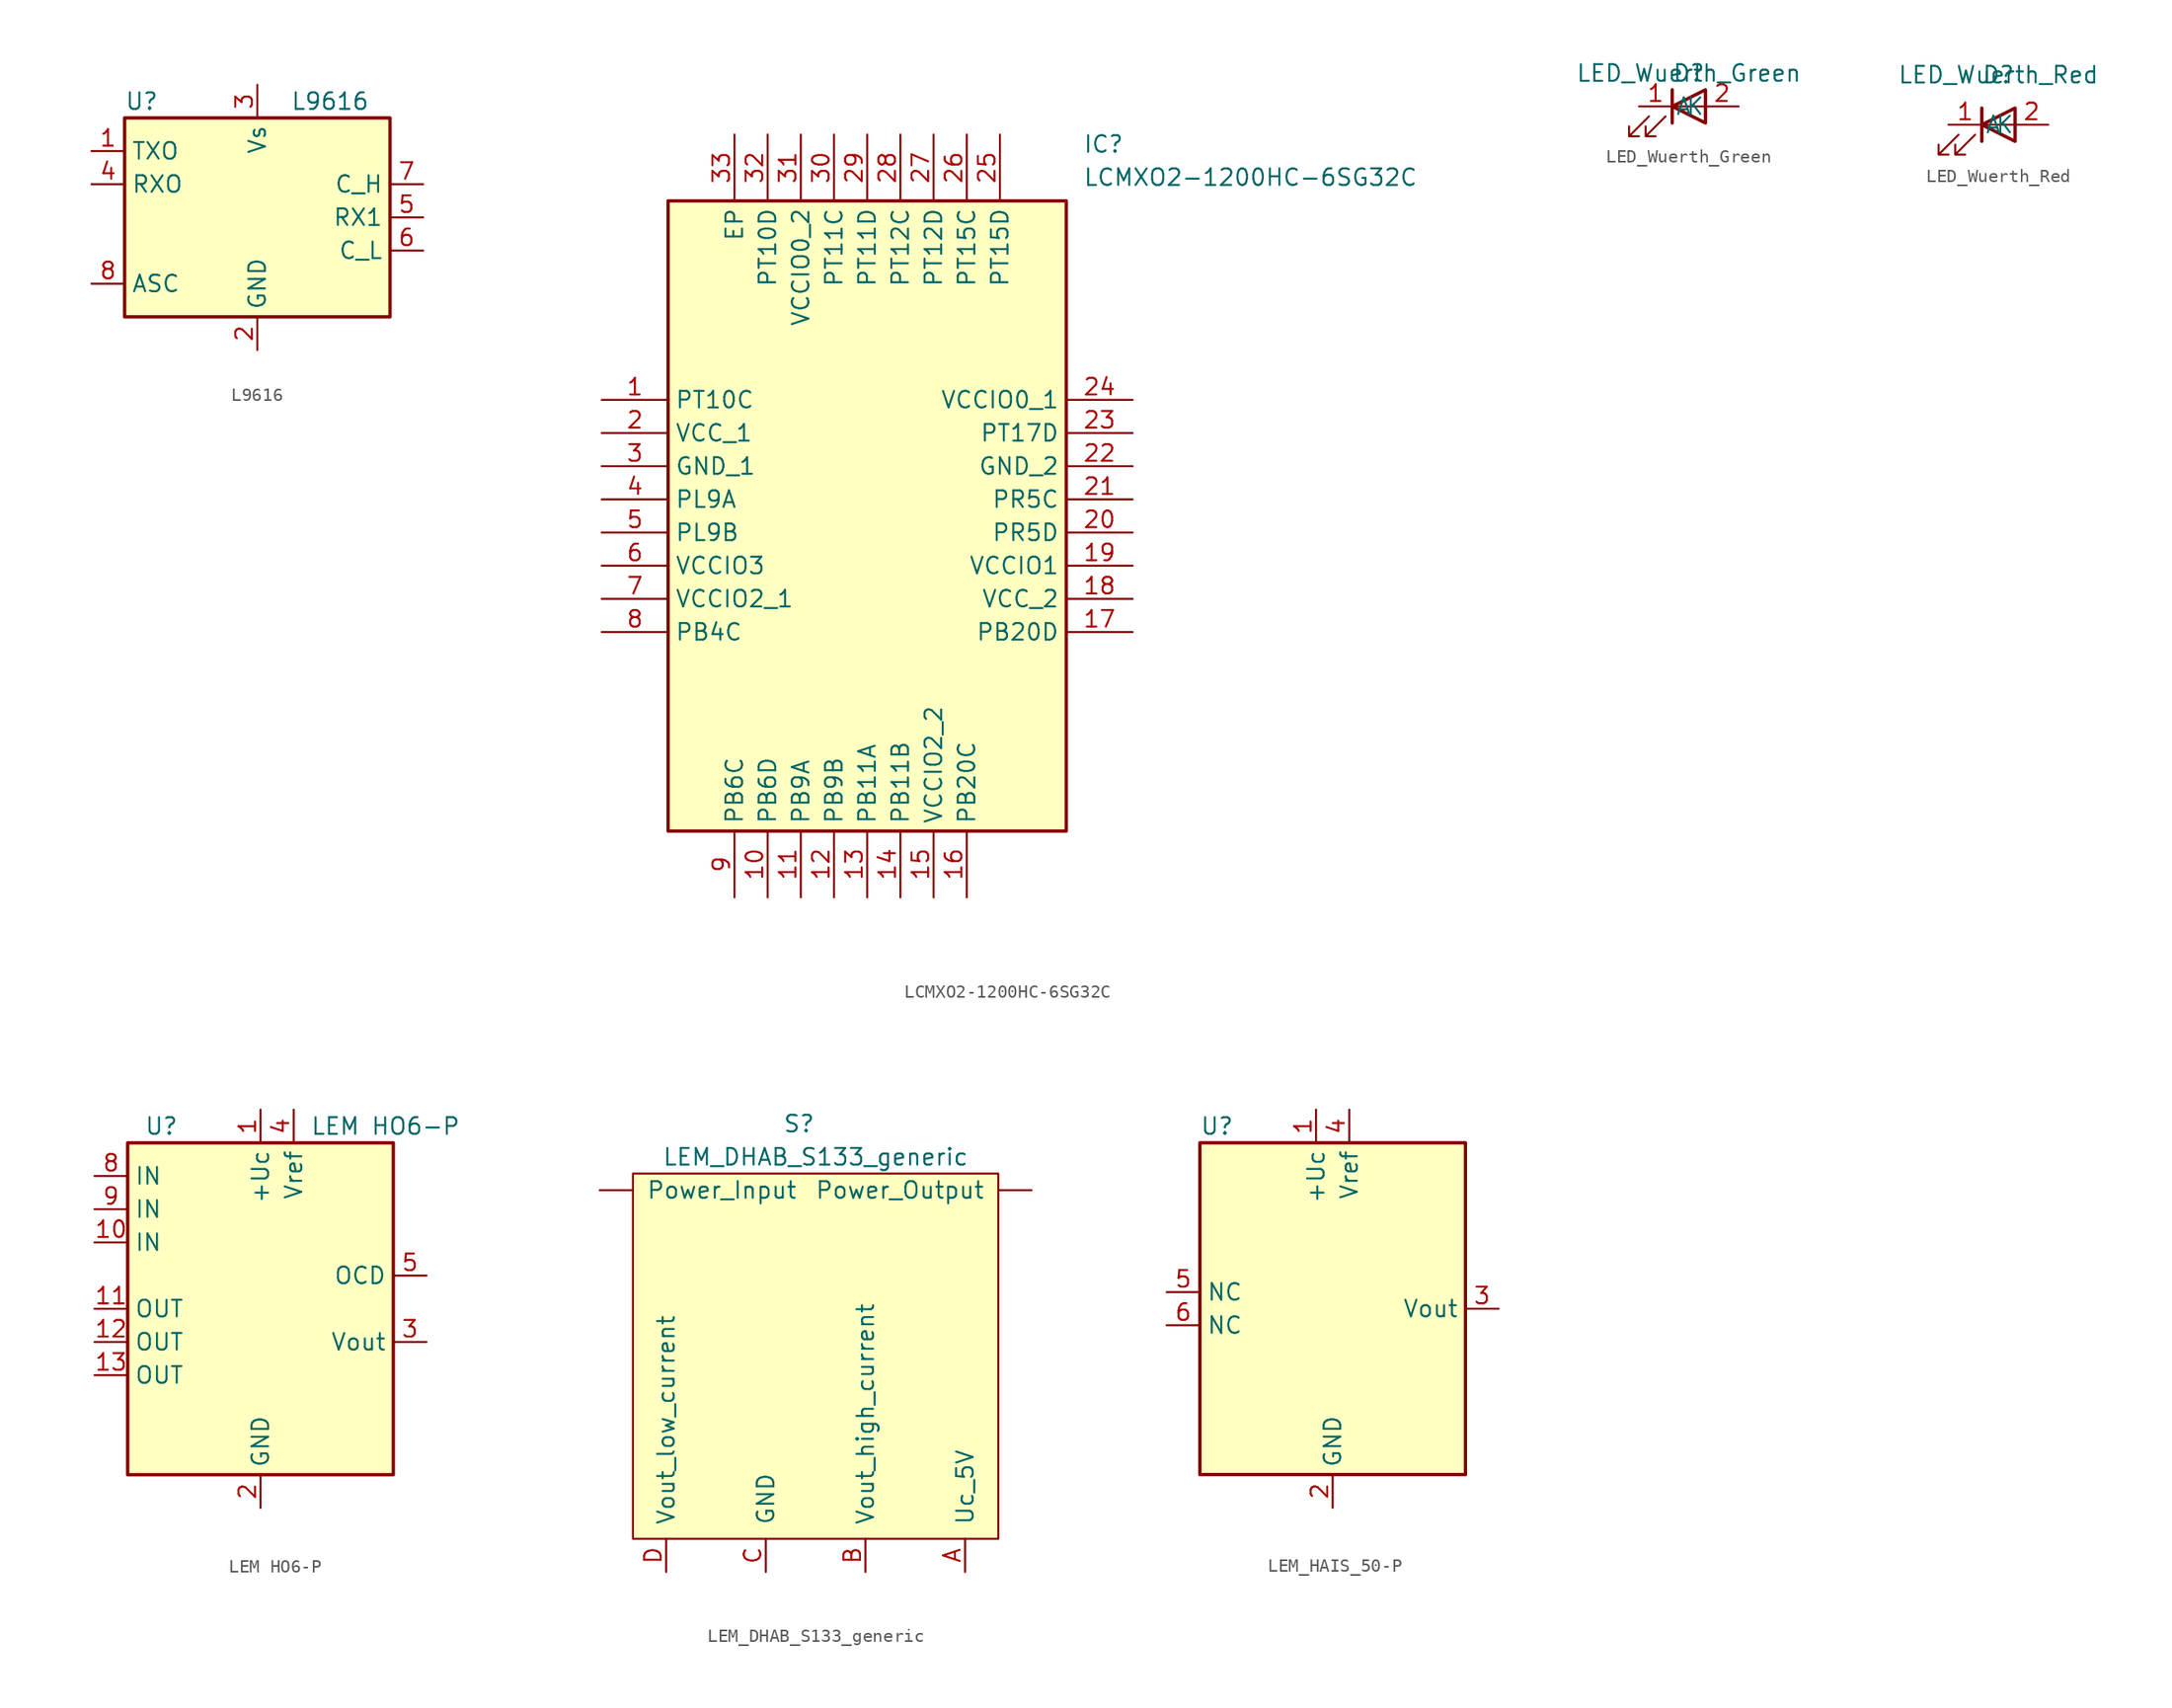
<source format=kicad_sym>
(kicad_symbol_lib
  (version 20231120)
  (generator "kicad_symbol_editor")
  (generator_version "8.0")
  (symbol "L9616"
    (property "Reference" "U"
      (at -10.16 8.89 0)
      (effects (font (size 1.27 1.27)) (justify left)))
    (property "Value" "L9616"
      (at 2.54 8.89 0)
      (effects (font (size 1.27 1.27)) (justify left)))
    (symbol "L9616_0_1"
      (rectangle (start -10.16 7.62) (end 10.16 -7.62) (stroke (width 0.254) (type default)) (fill (type background))))
    (symbol "L9616_1_1"
      (pin bidirectional line (at -12.7 5.08 0) (length 2.54) (name "TXO" (effects (font (size 1.27 1.27)))) (number "1" (effects (font (size 1.27 1.27)))))
      (pin bidirectional line (at 0 -10.16 90) (length 2.54) (name "GND" (effects (font (size 1.27 1.27)))) (number "2" (effects (font (size 1.27 1.27)))))
      (pin bidirectional line (at 0 10.16 270) (length 2.54) (name "Vs" (effects (font (size 1.27 1.27)))) (number "3" (effects (font (size 1.27 1.27)))))
      (pin bidirectional line (at -12.7 2.54 0) (length 2.54) (name "RXO" (effects (font (size 1.27 1.27)))) (number "4" (effects (font (size 1.27 1.27)))))
      (pin bidirectional line (at 12.7 0 180) (length 2.54) (name "RX1" (effects (font (size 1.27 1.27)))) (number "5" (effects (font (size 1.27 1.27)))))
      (pin bidirectional line (at 12.7 -2.54 180) (length 2.54) (name "C_L" (effects (font (size 1.27 1.27)))) (number "6" (effects (font (size 1.27 1.27)))))
      (pin bidirectional line (at 12.7 2.54 180) (length 2.54) (name "C_H" (effects (font (size 1.27 1.27)))) (number "7" (effects (font (size 1.27 1.27)))))
      (pin bidirectional line (at -12.7 -5.08 0) (length 2.54) (name "ASC" (effects (font (size 1.27 1.27)))) (number "8" (effects (font (size 1.27 1.27)))))))
  (symbol "LCMXO2-1200HC-6SG32C"
    (property "Reference" "IC"
      (at 36.83 20.32 0)
      (effects (font (size 1.27 1.27)) (justify left top)))
    (property "Value" "LCMXO2-1200HC-6SG32C"
      (at 36.83 17.78 0)
      (effects (font (size 1.27 1.27)) (justify left top)))
    (symbol "LCMXO2-1200HC-6SG32C_1_1"
      (rectangle (start 5.08 15.24) (end 35.56 -33.02) (stroke (width 0.254) (type default)) (fill (type background)))
      (pin passive line (at 0 0 0) (length 5.08) (name "PT10C" (effects (font (size 1.27 1.27)))) (number "1" (effects (font (size 1.27 1.27)))))
      (pin passive line (at 12.7 -38.1 90) (length 5.08) (name "PB6D" (effects (font (size 1.27 1.27)))) (number "10" (effects (font (size 1.27 1.27)))))
      (pin passive line (at 15.24 -38.1 90) (length 5.08) (name "PB9A" (effects (font (size 1.27 1.27)))) (number "11" (effects (font (size 1.27 1.27)))))
      (pin passive line (at 17.78 -38.1 90) (length 5.08) (name "PB9B" (effects (font (size 1.27 1.27)))) (number "12" (effects (font (size 1.27 1.27)))))
      (pin passive line (at 20.32 -38.1 90) (length 5.08) (name "PB11A" (effects (font (size 1.27 1.27)))) (number "13" (effects (font (size 1.27 1.27)))))
      (pin passive line (at 22.86 -38.1 90) (length 5.08) (name "PB11B" (effects (font (size 1.27 1.27)))) (number "14" (effects (font (size 1.27 1.27)))))
      (pin passive line (at 25.4 -38.1 90) (length 5.08) (name "VCCIO2_2" (effects (font (size 1.27 1.27)))) (number "15" (effects (font (size 1.27 1.27)))))
      (pin passive line (at 27.94 -38.1 90) (length 5.08) (name "PB20C" (effects (font (size 1.27 1.27)))) (number "16" (effects (font (size 1.27 1.27)))))
      (pin passive line (at 40.64 -17.78 180) (length 5.08) (name "PB20D" (effects (font (size 1.27 1.27)))) (number "17" (effects (font (size 1.27 1.27)))))
      (pin passive line (at 40.64 -15.24 180) (length 5.08) (name "VCC_2" (effects (font (size 1.27 1.27)))) (number "18" (effects (font (size 1.27 1.27)))))
      (pin passive line (at 40.64 -12.7 180) (length 5.08) (name "VCCIO1" (effects (font (size 1.27 1.27)))) (number "19" (effects (font (size 1.27 1.27)))))
      (pin passive line (at 0 -2.54 0) (length 5.08) (name "VCC_1" (effects (font (size 1.27 1.27)))) (number "2" (effects (font (size 1.27 1.27)))))
      (pin passive line (at 40.64 -10.16 180) (length 5.08) (name "PR5D" (effects (font (size 1.27 1.27)))) (number "20" (effects (font (size 1.27 1.27)))))
      (pin passive line (at 40.64 -7.62 180) (length 5.08) (name "PR5C" (effects (font (size 1.27 1.27)))) (number "21" (effects (font (size 1.27 1.27)))))
      (pin passive line (at 40.64 -5.08 180) (length 5.08) (name "GND_2" (effects (font (size 1.27 1.27)))) (number "22" (effects (font (size 1.27 1.27)))))
      (pin passive line (at 40.64 -2.54 180) (length 5.08) (name "PT17D" (effects (font (size 1.27 1.27)))) (number "23" (effects (font (size 1.27 1.27)))))
      (pin passive line (at 40.64 0 180) (length 5.08) (name "VCCIO0_1" (effects (font (size 1.27 1.27)))) (number "24" (effects (font (size 1.27 1.27)))))
      (pin passive line (at 30.48 20.32 270) (length 5.08) (name "PT15D" (effects (font (size 1.27 1.27)))) (number "25" (effects (font (size 1.27 1.27)))))
      (pin passive line (at 27.94 20.32 270) (length 5.08) (name "PT15C" (effects (font (size 1.27 1.27)))) (number "26" (effects (font (size 1.27 1.27)))))
      (pin passive line (at 25.4 20.32 270) (length 5.08) (name "PT12D" (effects (font (size 1.27 1.27)))) (number "27" (effects (font (size 1.27 1.27)))))
      (pin passive line (at 22.86 20.32 270) (length 5.08) (name "PT12C" (effects (font (size 1.27 1.27)))) (number "28" (effects (font (size 1.27 1.27)))))
      (pin passive line (at 20.32 20.32 270) (length 5.08) (name "PT11D" (effects (font (size 1.27 1.27)))) (number "29" (effects (font (size 1.27 1.27)))))
      (pin passive line (at 0 -5.08 0) (length 5.08) (name "GND_1" (effects (font (size 1.27 1.27)))) (number "3" (effects (font (size 1.27 1.27)))))
      (pin passive line (at 17.78 20.32 270) (length 5.08) (name "PT11C" (effects (font (size 1.27 1.27)))) (number "30" (effects (font (size 1.27 1.27)))))
      (pin passive line (at 15.24 20.32 270) (length 5.08) (name "VCCIO0_2" (effects (font (size 1.27 1.27)))) (number "31" (effects (font (size 1.27 1.27)))))
      (pin passive line (at 12.7 20.32 270) (length 5.08) (name "PT10D" (effects (font (size 1.27 1.27)))) (number "32" (effects (font (size 1.27 1.27)))))
      (pin passive line (at 10.16 20.32 270) (length 5.08) (name "EP" (effects (font (size 1.27 1.27)))) (number "33" (effects (font (size 1.27 1.27)))))
      (pin passive line (at 0 -7.62 0) (length 5.08) (name "PL9A" (effects (font (size 1.27 1.27)))) (number "4" (effects (font (size 1.27 1.27)))))
      (pin passive line (at 0 -10.16 0) (length 5.08) (name "PL9B" (effects (font (size 1.27 1.27)))) (number "5" (effects (font (size 1.27 1.27)))))
      (pin passive line (at 0 -12.7 0) (length 5.08) (name "VCCIO3" (effects (font (size 1.27 1.27)))) (number "6" (effects (font (size 1.27 1.27)))))
      (pin passive line (at 0 -15.24 0) (length 5.08) (name "VCCIO2_1" (effects (font (size 1.27 1.27)))) (number "7" (effects (font (size 1.27 1.27)))))
      (pin passive line (at 0 -17.78 0) (length 5.08) (name "PB4C" (effects (font (size 1.27 1.27)))) (number "8" (effects (font (size 1.27 1.27)))))
      (pin passive line (at 10.16 -38.1 90) (length 5.08) (name "PB6C" (effects (font (size 1.27 1.27)))) (number "9" (effects (font (size 1.27 1.27)))))))
  (symbol "LED_Wuerth_Green"
    (pin_names
      (offset 1.016))
    (property "Reference" "D"
      (at 0 0 0)
      (effects (font (size 1.27 1.27))))
    (property "Value" "LED_Wuerth_Green"
      (at 0 0 0)
      (effects (font (size 1.27 1.27))))
    (symbol "LED_Wuerth_Green_1_1"
      (polyline (pts (xy -1.27 -3.81) (xy -1.27 -1.27)) (stroke (width 0.254) (type default)) (fill (type none)))
      (polyline (pts (xy -1.27 -2.54) (xy 1.27 -2.54)) (stroke (width 0) (type default)) (fill (type none)))
      (polyline (pts (xy 1.27 -3.81) (xy 1.27 -1.27) (xy -1.27 -2.54) (xy 1.27 -3.81)) (stroke (width 0.254) (type default)) (fill (type none)))
      (polyline (pts (xy -3.048 -3.302) (xy -4.572 -4.826) (xy -3.81 -4.826) (xy -4.572 -4.826) (xy -4.572 -4.064)) (stroke (width 0) (type default)) (fill (type none)))
      (polyline (pts (xy -1.778 -3.302) (xy -3.302 -4.826) (xy -2.54 -4.826) (xy -3.302 -4.826) (xy -3.302 -4.064)) (stroke (width 0) (type default)) (fill (type none)))
      (pin passive line (at -3.81 -2.54 0) (length 2.54) (name "K" (effects (font (size 1.27 1.27)))) (number "1" (effects (font (size 1.27 1.27)))))
      (pin passive line (at 3.81 -2.54 180) (length 2.54) (name "A" (effects (font (size 1.27 1.27)))) (number "2" (effects (font (size 1.27 1.27)))))))
  (symbol "LED_Wuerth_Red"
    (pin_names
      (offset 1.016))
    (property "Reference" "D"
      (at 0 0 0)
      (effects (font (size 1.27 1.27))))
    (property "Value" "LED_Wuerth_Red"
      (at 0 0 0)
      (effects (font (size 1.27 1.27))))
    (symbol "LED_Wuerth_Red_1_1"
      (polyline (pts (xy -1.27 -5.08) (xy -1.27 -2.54)) (stroke (width 0.254) (type default)) (fill (type none)))
      (polyline (pts (xy -1.27 -3.81) (xy 1.27 -3.81)) (stroke (width 0) (type default)) (fill (type none)))
      (polyline (pts (xy 1.27 -5.08) (xy 1.27 -2.54) (xy -1.27 -3.81) (xy 1.27 -5.08)) (stroke (width 0.254) (type default)) (fill (type none)))
      (polyline (pts (xy -3.048 -4.572) (xy -4.572 -6.096) (xy -3.81 -6.096) (xy -4.572 -6.096) (xy -4.572 -5.334)) (stroke (width 0) (type default)) (fill (type none)))
      (polyline (pts (xy -1.778 -4.572) (xy -3.302 -6.096) (xy -2.54 -6.096) (xy -3.302 -6.096) (xy -3.302 -5.334)) (stroke (width 0) (type default)) (fill (type none)))
      (pin passive line (at -3.81 -3.81 0) (length 2.54) (name "K" (effects (font (size 1.27 1.27)))) (number "1" (effects (font (size 1.27 1.27)))))
      (pin passive line (at 3.81 -3.81 180) (length 2.54) (name "A" (effects (font (size 1.27 1.27)))) (number "2" (effects (font (size 1.27 1.27)))))))
  (symbol "LEM HO6-P"
    (property "Reference" "U"
      (at -8.89 13.97 0)
      (effects (font (size 1.27 1.27)) (justify left)))
    (property "Value" "LEM HO6-P"
      (at 3.81 13.97 0)
      (effects (font (size 1.27 1.27)) (justify left)))
    (symbol "LEM HO6-P_0_1"
      (rectangle (start -10.16 12.7) (end 10.16 -12.7) (stroke (width 0.254) (type default)) (fill (type background))))
    (symbol "LEM HO6-P_1_1"
      (pin power_in line (at 0 15.24 270) (length 2.54) (name "+Uc" (effects (font (size 1.27 1.27)))) (number "1" (effects (font (size 1.27 1.27)))))
      (pin passive line (at -12.7 5.08 0) (length 2.54) (name "IN" (effects (font (size 1.27 1.27)))) (number "10" (effects (font (size 1.27 1.27)))))
      (pin passive line (at -12.7 0 0) (length 2.54) (name "OUT" (effects (font (size 1.27 1.27)))) (number "11" (effects (font (size 1.27 1.27)))))
      (pin passive line (at -12.7 -2.54 0) (length 2.54) (name "OUT" (effects (font (size 1.27 1.27)))) (number "12" (effects (font (size 1.27 1.27)))))
      (pin passive line (at -12.7 -5.08 0) (length 2.54) (name "OUT" (effects (font (size 1.27 1.27)))) (number "13" (effects (font (size 1.27 1.27)))))
      (pin power_in line (at 0 -15.24 90) (length 2.54) (name "GND" (effects (font (size 1.27 1.27)))) (number "2" (effects (font (size 1.27 1.27)))))
      (pin output line (at 12.7 -2.54 180) (length 2.54) (name "Vout" (effects (font (size 1.27 1.27)))) (number "3" (effects (font (size 1.27 1.27)))))
      (pin passive line (at 2.54 15.24 270) (length 2.54) (name "Vref" (effects (font (size 1.27 1.27)))) (number "4" (effects (font (size 1.27 1.27)))))
      (pin open_collector line (at 12.7 2.54 180) (length 2.54) (name "OCD" (effects (font (size 1.27 1.27)))) (number "5" (effects (font (size 1.27 1.27)))))
      (pin passive line (at -12.7 10.16 0) (length 2.54) (name "IN" (effects (font (size 1.27 1.27)))) (number "8" (effects (font (size 1.27 1.27)))))
      (pin passive line (at -12.7 7.62 0) (length 2.54) (name "IN" (effects (font (size 1.27 1.27)))) (number "9" (effects (font (size 1.27 1.27)))))))
  (symbol "LEM_DHAB_S133_generic"
    (pin_names
      (offset 1.016))
    (property "Reference" "S"
      (at 6.35 0 0)
      (effects (font (size 1.27 1.27))))
    (property "Value" "LEM_DHAB_S133_generic"
      (at 7.62 -2.54 0)
      (effects (font (size 1.27 1.27))))
    (symbol "LEM_DHAB_S133_generic_0_1"
      (rectangle (start -6.35 -3.81) (end 21.59 -31.75) (stroke (width 0) (type default)) (fill (type background))))
    (symbol "LEM_DHAB_S133_generic_1_1"
      (pin power_in line (at 19.05 -34.29 90) (length 2.54) (name "Uc_5V" (effects (font (size 1.27 1.27)))) (number "A" (effects (font (size 1.27 1.27)))))
      (pin power_in line (at 11.43 -34.29 90) (length 2.54) (name "Vout_high_current" (effects (font (size 1.27 1.27)))) (number "B" (effects (font (size 1.27 1.27)))))
      (pin power_in line (at 3.81 -34.29 90) (length 2.54) (name "GND" (effects (font (size 1.27 1.27)))) (number "C" (effects (font (size 1.27 1.27)))))
      (pin power_in line (at -3.81 -34.29 90) (length 2.54) (name "Vout_low_current" (effects (font (size 1.27 1.27)))) (number "D" (effects (font (size 1.27 1.27)))))
      (pin power_in line (at -8.89 -5.08 0) (length 2.54) (name "Power_Input" (effects (font (size 1.27 1.27)))) (number "~" (effects (font (size 1.27 1.27)))))
      (pin power_out line (at 24.13 -5.08 180) (length 2.54) (name "Power_Output" (effects (font (size 1.27 1.27)))) (number "~" (effects (font (size 1.27 1.27)))))))
  (symbol "LEM_HAIS_50-P"
    (property "Reference" "U"
      (at -10.16 13.97 0)
      (effects (font (size 1.27 1.27)) (justify left)))
    (property "Value" ""
      (at 0 0 0)
      (effects (font (size 1.27 1.27)) (justify left)))
    (symbol "LEM_HAIS_50-P_0_1"
      (rectangle (start -10.16 12.7) (end 10.16 -12.7) (stroke (width 0.254) (type default)) (fill (type background))))
    (symbol "LEM_HAIS_50-P_1_1"
      (pin power_in line (at -1.27 15.24 270) (length 2.54) (name "+Uc" (effects (font (size 1.27 1.27)))) (number "1" (effects (font (size 1.27 1.27)))))
      (pin power_in line (at 0 -15.24 90) (length 2.54) (name "GND" (effects (font (size 1.27 1.27)))) (number "2" (effects (font (size 1.27 1.27)))))
      (pin output line (at 12.7 0 180) (length 2.54) (name "Vout" (effects (font (size 1.27 1.27)))) (number "3" (effects (font (size 1.27 1.27)))))
      (pin passive line (at 1.27 15.24 270) (length 2.54) (name "Vref" (effects (font (size 1.27 1.27)))) (number "4" (effects (font (size 1.27 1.27)))))
      (pin free line (at -12.7 1.27 0) (length 2.54) (name "NC" (effects (font (size 1.27 1.27)))) (number "5" (effects (font (size 1.27 1.27)))))
      (pin free line (at -12.7 -1.27 0) (length 2.54) (name "NC" (effects (font (size 1.27 1.27)))) (number "6" (effects (font (size 1.27 1.27))))))))
</source>
